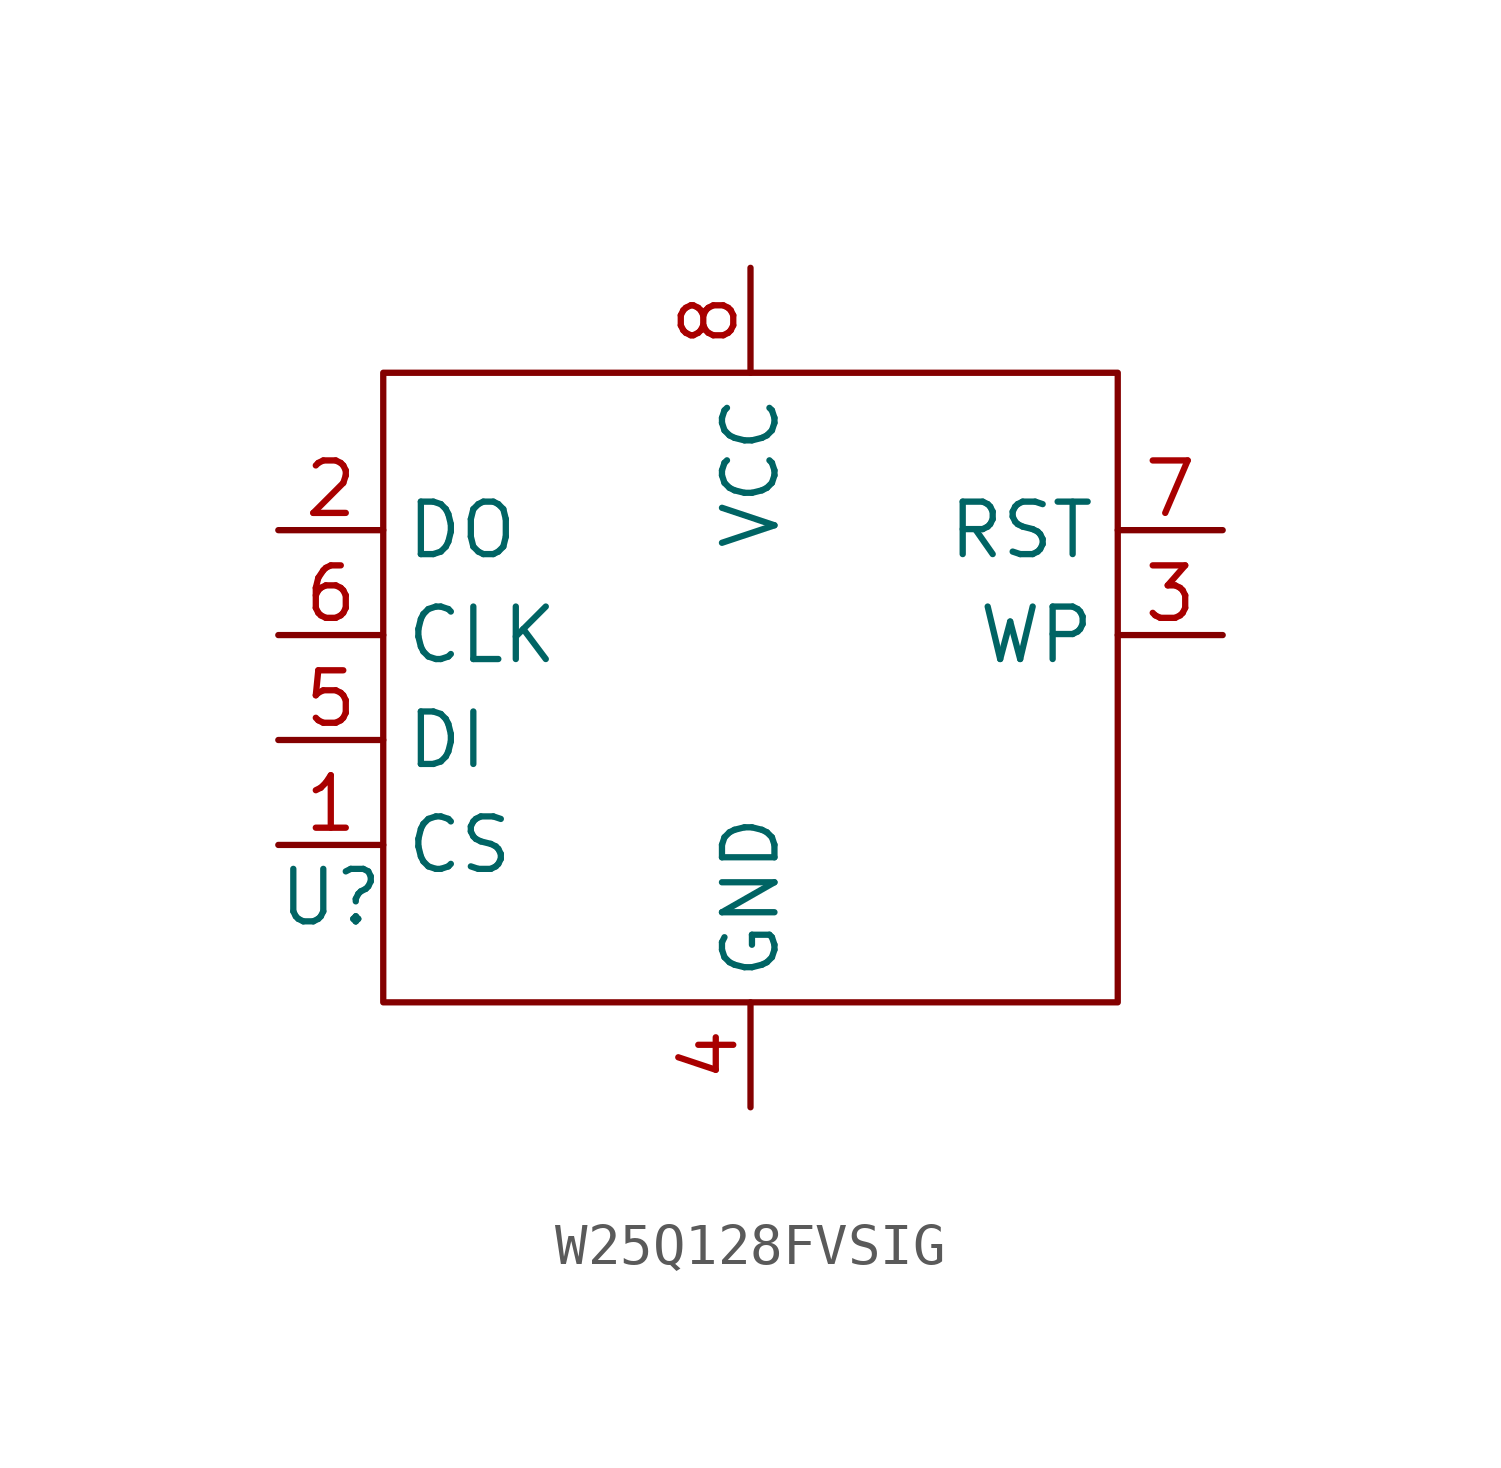
<source format=kicad_sym>
(kicad_symbol_lib
  (version 20231120)
  (generator "kicad_symbol_editor")
  (generator_version "8.0")
  (symbol "W25Q128FVSIG"
    (property "Reference" "U"
      (at 0 0 0)
      (effects (font (size 1.27 1.27))))
    (property "Value" ""
      (at 0 0 0)
      (effects (font (size 1.27 1.27))))
    (symbol "W25Q128FVSIG_0_1"
      (rectangle (start 1.27 12.7) (end 19.05 -2.54) (stroke (width 0) (type default)) (fill (type none))))
    (symbol "W25Q128FVSIG_1_1"
      (pin bidirectional line (at -1.27 1.27 0) (length 2.54) (name "CS" (effects (font (size 1.27 1.27)))) (number "1" (effects (font (size 1.27 1.27)))))
      (pin bidirectional line (at -1.27 8.89 0) (length 2.54) (name "DO" (effects (font (size 1.27 1.27)))) (number "2" (effects (font (size 1.27 1.27)))))
      (pin bidirectional line (at 21.59 6.35 180) (length 2.54) (name "WP" (effects (font (size 1.27 1.27)))) (number "3" (effects (font (size 1.27 1.27)))))
      (pin power_in line (at 10.16 -5.08 90) (length 2.54) (name "GND" (effects (font (size 1.27 1.27)))) (number "4" (effects (font (size 1.27 1.27)))))
      (pin bidirectional line (at -1.27 3.81 0) (length 2.54) (name "DI" (effects (font (size 1.27 1.27)))) (number "5" (effects (font (size 1.27 1.27)))))
      (pin bidirectional line (at -1.27 6.35 0) (length 2.54) (name "CLK" (effects (font (size 1.27 1.27)))) (number "6" (effects (font (size 1.27 1.27)))))
      (pin bidirectional line (at 21.59 8.89 180) (length 2.54) (name "RST" (effects (font (size 1.27 1.27)))) (number "7" (effects (font (size 1.27 1.27)))))
      (pin power_in line (at 10.16 15.24 270) (length 2.54) (name "VCC" (effects (font (size 1.27 1.27)))) (number "8" (effects (font (size 1.27 1.27))))))))
</source>
